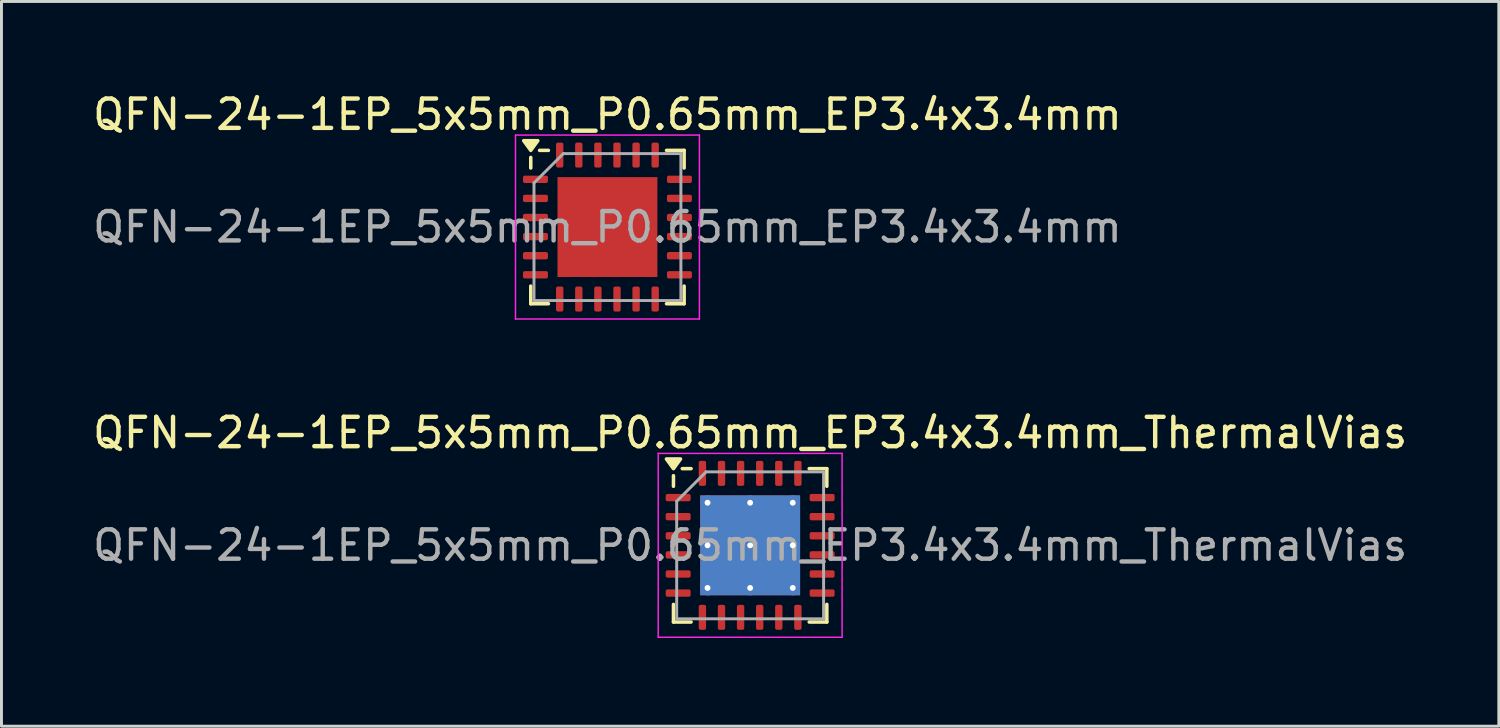
<source format=kicad_pcb>
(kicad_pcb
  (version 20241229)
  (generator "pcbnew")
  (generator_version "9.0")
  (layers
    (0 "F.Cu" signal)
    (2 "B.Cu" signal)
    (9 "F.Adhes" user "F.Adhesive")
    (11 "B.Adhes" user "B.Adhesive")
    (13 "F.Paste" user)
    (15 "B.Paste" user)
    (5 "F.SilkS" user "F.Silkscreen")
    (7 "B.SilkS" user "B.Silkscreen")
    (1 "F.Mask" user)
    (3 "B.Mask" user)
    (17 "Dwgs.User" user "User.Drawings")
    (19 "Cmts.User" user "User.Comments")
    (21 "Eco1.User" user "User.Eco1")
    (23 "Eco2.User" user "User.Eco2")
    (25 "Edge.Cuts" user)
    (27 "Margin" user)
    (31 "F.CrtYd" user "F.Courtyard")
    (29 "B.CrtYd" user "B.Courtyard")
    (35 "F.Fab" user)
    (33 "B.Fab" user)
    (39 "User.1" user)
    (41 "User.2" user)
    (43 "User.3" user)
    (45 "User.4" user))
  (footprint "QFN-24-1EP_5x5mm_P0.65mm_EP3.4x3.4mm"
    (layer "F.Cu")
    (at 17.625 4.678)
    (property "Reference" "QFN-24-1EP_5x5mm_P0.65mm_EP3.4x3.4mm" (at 0 -3.83 0) (layer "F.SilkS") (effects (font (size 1 1) (thickness 0.15))))
    (attr smd)
    (fp_line (start -2.61 -2.01) (end -2.61 -2.37) (stroke (width 0.12) (type solid)) (layer "F.SilkS"))
    (fp_line (start -2.61 2.61) (end -2.61 2.01) (stroke (width 0.12) (type solid)) (layer "F.SilkS"))
    (fp_line (start -2.01 -2.61) (end -2.31 -2.61) (stroke (width 0.12) (type solid)) (layer "F.SilkS"))
    (fp_line (start -2.01 2.61) (end -2.61 2.61) (stroke (width 0.12) (type solid)) (layer "F.SilkS"))
    (fp_line (start 2.01 -2.61) (end 2.61 -2.61) (stroke (width 0.12) (type solid)) (layer "F.SilkS"))
    (fp_line (start 2.01 2.61) (end 2.61 2.61) (stroke (width 0.12) (type solid)) (layer "F.SilkS"))
    (fp_line (start 2.61 -2.61) (end 2.61 -2.01) (stroke (width 0.12) (type solid)) (layer "F.SilkS"))
    (fp_line (start 2.61 2.61) (end 2.61 2.01) (stroke (width 0.12) (type solid)) (layer "F.SilkS"))
    (fp_poly (pts (xy -2.61 -2.61) (xy -2.85 -2.94) (xy -2.37 -2.94) (xy -2.61 -2.61)) (stroke (width 0.12) (type solid)) (fill yes) (layer "F.SilkS"))
    (fp_line (start -3.13 -3.13) (end -3.13 3.13) (stroke (width 0.05) (type solid)) (layer "F.CrtYd"))
    (fp_line (start -3.13 3.13) (end 3.13 3.13) (stroke (width 0.05) (type solid)) (layer "F.CrtYd"))
    (fp_line (start 3.13 -3.13) (end -3.13 -3.13) (stroke (width 0.05) (type solid)) (layer "F.CrtYd"))
    (fp_line (start 3.13 3.13) (end 3.13 -3.13) (stroke (width 0.05) (type solid)) (layer "F.CrtYd"))
    (fp_line (start -2.5 -1.5) (end -1.5 -2.5) (stroke (width 0.1) (type solid)) (layer "F.Fab"))
    (fp_line (start -2.5 2.5) (end -2.5 -1.5) (stroke (width 0.1) (type solid)) (layer "F.Fab"))
    (fp_line (start -1.5 -2.5) (end 2.5 -2.5) (stroke (width 0.1) (type solid)) (layer "F.Fab"))
    (fp_line (start 2.5 -2.5) (end 2.5 2.5) (stroke (width 0.1) (type solid)) (layer "F.Fab"))
    (fp_line (start 2.5 2.5) (end -2.5 2.5) (stroke (width 0.1) (type solid)) (layer "F.Fab"))
    (fp_text user "${REFERENCE}" (at 0 0 0) (layer "F.Fab") (effects (font (size 1 1) (thickness 0.15))))
    (pad "" smd roundrect (at -0.85 -0.85) (size 1.37 1.37) (layers "F.Paste") (roundrect_rratio 0.182))
    (pad "" smd roundrect (at -0.85 0.85) (size 1.37 1.37) (layers "F.Paste") (roundrect_rratio 0.182))
    (pad "" smd roundrect (at 0.85 -0.85) (size 1.37 1.37) (layers "F.Paste") (roundrect_rratio 0.182))
    (pad "" smd roundrect (at 0.85 0.85) (size 1.37 1.37) (layers "F.Paste") (roundrect_rratio 0.182))
    (pad "1" smd roundrect (at -2.45 -1.625) (size 0.85 0.25) (layers "F.Cu" "F.Mask" "F.Paste") (roundrect_rratio 0.25))
    (pad "2" smd roundrect (at -2.45 -0.975) (size 0.85 0.25) (layers "F.Cu" "F.Mask" "F.Paste") (roundrect_rratio 0.25))
    (pad "3" smd roundrect (at -2.45 -0.325) (size 0.85 0.25) (layers "F.Cu" "F.Mask" "F.Paste") (roundrect_rratio 0.25))
    (pad "4" smd roundrect (at -2.45 0.325) (size 0.85 0.25) (layers "F.Cu" "F.Mask" "F.Paste") (roundrect_rratio 0.25))
    (pad "5" smd roundrect (at -2.45 0.975) (size 0.85 0.25) (layers "F.Cu" "F.Mask" "F.Paste") (roundrect_rratio 0.25))
    (pad "6" smd roundrect (at -2.45 1.625) (size 0.85 0.25) (layers "F.Cu" "F.Mask" "F.Paste") (roundrect_rratio 0.25))
    (pad "7" smd roundrect (at -1.625 2.45) (size 0.25 0.85) (layers "F.Cu" "F.Mask" "F.Paste") (roundrect_rratio 0.25))
    (pad "8" smd roundrect (at -0.975 2.45) (size 0.25 0.85) (layers "F.Cu" "F.Mask" "F.Paste") (roundrect_rratio 0.25))
    (pad "9" smd roundrect (at -0.325 2.45) (size 0.25 0.85) (layers "F.Cu" "F.Mask" "F.Paste") (roundrect_rratio 0.25))
    (pad "10" smd roundrect (at 0.325 2.45) (size 0.25 0.85) (layers "F.Cu" "F.Mask" "F.Paste") (roundrect_rratio 0.25))
    (pad "11" smd roundrect (at 0.975 2.45) (size 0.25 0.85) (layers "F.Cu" "F.Mask" "F.Paste") (roundrect_rratio 0.25))
    (pad "12" smd roundrect (at 1.625 2.45) (size 0.25 0.85) (layers "F.Cu" "F.Mask" "F.Paste") (roundrect_rratio 0.25))
    (pad "13" smd roundrect (at 2.45 1.625) (size 0.85 0.25) (layers "F.Cu" "F.Mask" "F.Paste") (roundrect_rratio 0.25))
    (pad "14" smd roundrect (at 2.45 0.975) (size 0.85 0.25) (layers "F.Cu" "F.Mask" "F.Paste") (roundrect_rratio 0.25))
    (pad "15" smd roundrect (at 2.45 0.325) (size 0.85 0.25) (layers "F.Cu" "F.Mask" "F.Paste") (roundrect_rratio 0.25))
    (pad "16" smd roundrect (at 2.45 -0.325) (size 0.85 0.25) (layers "F.Cu" "F.Mask" "F.Paste") (roundrect_rratio 0.25))
    (pad "17" smd roundrect (at 2.45 -0.975) (size 0.85 0.25) (layers "F.Cu" "F.Mask" "F.Paste") (roundrect_rratio 0.25))
    (pad "18" smd roundrect (at 2.45 -1.625) (size 0.85 0.25) (layers "F.Cu" "F.Mask" "F.Paste") (roundrect_rratio 0.25))
    (pad "19" smd roundrect (at 1.625 -2.45) (size 0.25 0.85) (layers "F.Cu" "F.Mask" "F.Paste") (roundrect_rratio 0.25))
    (pad "20" smd roundrect (at 0.975 -2.45) (size 0.25 0.85) (layers "F.Cu" "F.Mask" "F.Paste") (roundrect_rratio 0.25))
    (pad "21" smd roundrect (at 0.325 -2.45) (size 0.25 0.85) (layers "F.Cu" "F.Mask" "F.Paste") (roundrect_rratio 0.25))
    (pad "22" smd roundrect (at -0.325 -2.45) (size 0.25 0.85) (layers "F.Cu" "F.Mask" "F.Paste") (roundrect_rratio 0.25))
    (pad "23" smd roundrect (at -0.975 -2.45) (size 0.25 0.85) (layers "F.Cu" "F.Mask" "F.Paste") (roundrect_rratio 0.25))
    (pad "24" smd roundrect (at -1.625 -2.45) (size 0.25 0.85) (layers "F.Cu" "F.Mask" "F.Paste") (roundrect_rratio 0.25))
    (pad "25" smd rect (at 0 0) (size 3.4 3.4) (property pad_prop_heatsink) (layers "F.Cu" "F.Mask")))
  (footprint "QFN-24-1EP_5x5mm_P0.65mm_EP3.4x3.4mm_ThermalVias"
    (layer "F.Cu")
    (at 22.482 15.511)
    (property "Reference" "QFN-24-1EP_5x5mm_P0.65mm_EP3.4x3.4mm_ThermalVias" (at 0 -3.83 0) (layer "F.SilkS") (effects (font (size 1 1) (thickness 0.15))))
    (attr smd)
    (fp_line (start -2.61 -2.01) (end -2.61 -2.37) (stroke (width 0.12) (type solid)) (layer "F.SilkS"))
    (fp_line (start -2.61 2.61) (end -2.61 2.01) (stroke (width 0.12) (type solid)) (layer "F.SilkS"))
    (fp_line (start -2.01 -2.61) (end -2.31 -2.61) (stroke (width 0.12) (type solid)) (layer "F.SilkS"))
    (fp_line (start -2.01 2.61) (end -2.61 2.61) (stroke (width 0.12) (type solid)) (layer "F.SilkS"))
    (fp_line (start 2.01 -2.61) (end 2.61 -2.61) (stroke (width 0.12) (type solid)) (layer "F.SilkS"))
    (fp_line (start 2.01 2.61) (end 2.61 2.61) (stroke (width 0.12) (type solid)) (layer "F.SilkS"))
    (fp_line (start 2.61 -2.61) (end 2.61 -2.01) (stroke (width 0.12) (type solid)) (layer "F.SilkS"))
    (fp_line (start 2.61 2.61) (end 2.61 2.01) (stroke (width 0.12) (type solid)) (layer "F.SilkS"))
    (fp_poly (pts (xy -2.61 -2.61) (xy -2.85 -2.94) (xy -2.37 -2.94) (xy -2.61 -2.61)) (stroke (width 0.12) (type solid)) (fill yes) (layer "F.SilkS"))
    (fp_line (start -3.13 -3.13) (end -3.13 3.13) (stroke (width 0.05) (type solid)) (layer "F.CrtYd"))
    (fp_line (start -3.13 3.13) (end 3.13 3.13) (stroke (width 0.05) (type solid)) (layer "F.CrtYd"))
    (fp_line (start 3.13 -3.13) (end -3.13 -3.13) (stroke (width 0.05) (type solid)) (layer "F.CrtYd"))
    (fp_line (start 3.13 3.13) (end 3.13 -3.13) (stroke (width 0.05) (type solid)) (layer "F.CrtYd"))
    (fp_line (start -2.5 -1.5) (end -1.5 -2.5) (stroke (width 0.1) (type solid)) (layer "F.Fab"))
    (fp_line (start -2.5 2.5) (end -2.5 -1.5) (stroke (width 0.1) (type solid)) (layer "F.Fab"))
    (fp_line (start -1.5 -2.5) (end 2.5 -2.5) (stroke (width 0.1) (type solid)) (layer "F.Fab"))
    (fp_line (start 2.5 -2.5) (end 2.5 2.5) (stroke (width 0.1) (type solid)) (layer "F.Fab"))
    (fp_line (start 2.5 2.5) (end -2.5 2.5) (stroke (width 0.1) (type solid)) (layer "F.Fab"))
    (fp_text user "${REFERENCE}" (at 0 0 0) (layer "F.Fab") (effects (font (size 1 1) (thickness 0.15))))
    (pad "" smd roundrect (at -0.85 -0.85) (size 1.47 1.47) (layers "F.Paste") (roundrect_rratio 0.17))
    (pad "" smd roundrect (at -0.85 0.85) (size 1.47 1.47) (layers "F.Paste") (roundrect_rratio 0.17))
    (pad "" smd roundrect (at 0.85 -0.85) (size 1.47 1.47) (layers "F.Paste") (roundrect_rratio 0.17))
    (pad "" smd roundrect (at 0.85 0.85) (size 1.47 1.47) (layers "F.Paste") (roundrect_rratio 0.17))
    (pad "1" smd roundrect (at -2.45 -1.625) (size 0.85 0.25) (layers "F.Cu" "F.Mask" "F.Paste") (roundrect_rratio 0.25))
    (pad "2" smd roundrect (at -2.45 -0.975) (size 0.85 0.25) (layers "F.Cu" "F.Mask" "F.Paste") (roundrect_rratio 0.25))
    (pad "3" smd roundrect (at -2.45 -0.325) (size 0.85 0.25) (layers "F.Cu" "F.Mask" "F.Paste") (roundrect_rratio 0.25))
    (pad "4" smd roundrect (at -2.45 0.325) (size 0.85 0.25) (layers "F.Cu" "F.Mask" "F.Paste") (roundrect_rratio 0.25))
    (pad "5" smd roundrect (at -2.45 0.975) (size 0.85 0.25) (layers "F.Cu" "F.Mask" "F.Paste") (roundrect_rratio 0.25))
    (pad "6" smd roundrect (at -2.45 1.625) (size 0.85 0.25) (layers "F.Cu" "F.Mask" "F.Paste") (roundrect_rratio 0.25))
    (pad "7" smd roundrect (at -1.625 2.45) (size 0.25 0.85) (layers "F.Cu" "F.Mask" "F.Paste") (roundrect_rratio 0.25))
    (pad "8" smd roundrect (at -0.975 2.45) (size 0.25 0.85) (layers "F.Cu" "F.Mask" "F.Paste") (roundrect_rratio 0.25))
    (pad "9" smd roundrect (at -0.325 2.45) (size 0.25 0.85) (layers "F.Cu" "F.Mask" "F.Paste") (roundrect_rratio 0.25))
    (pad "10" smd roundrect (at 0.325 2.45) (size 0.25 0.85) (layers "F.Cu" "F.Mask" "F.Paste") (roundrect_rratio 0.25))
    (pad "11" smd roundrect (at 0.975 2.45) (size 0.25 0.85) (layers "F.Cu" "F.Mask" "F.Paste") (roundrect_rratio 0.25))
    (pad "12" smd roundrect (at 1.625 2.45) (size 0.25 0.85) (layers "F.Cu" "F.Mask" "F.Paste") (roundrect_rratio 0.25))
    (pad "13" smd roundrect (at 2.45 1.625) (size 0.85 0.25) (layers "F.Cu" "F.Mask" "F.Paste") (roundrect_rratio 0.25))
    (pad "14" smd roundrect (at 2.45 0.975) (size 0.85 0.25) (layers "F.Cu" "F.Mask" "F.Paste") (roundrect_rratio 0.25))
    (pad "15" smd roundrect (at 2.45 0.325) (size 0.85 0.25) (layers "F.Cu" "F.Mask" "F.Paste") (roundrect_rratio 0.25))
    (pad "16" smd roundrect (at 2.45 -0.325) (size 0.85 0.25) (layers "F.Cu" "F.Mask" "F.Paste") (roundrect_rratio 0.25))
    (pad "17" smd roundrect (at 2.45 -0.975) (size 0.85 0.25) (layers "F.Cu" "F.Mask" "F.Paste") (roundrect_rratio 0.25))
    (pad "18" smd roundrect (at 2.45 -1.625) (size 0.85 0.25) (layers "F.Cu" "F.Mask" "F.Paste") (roundrect_rratio 0.25))
    (pad "19" smd roundrect (at 1.625 -2.45) (size 0.25 0.85) (layers "F.Cu" "F.Mask" "F.Paste") (roundrect_rratio 0.25))
    (pad "20" smd roundrect (at 0.975 -2.45) (size 0.25 0.85) (layers "F.Cu" "F.Mask" "F.Paste") (roundrect_rratio 0.25))
    (pad "21" smd roundrect (at 0.325 -2.45) (size 0.25 0.85) (layers "F.Cu" "F.Mask" "F.Paste") (roundrect_rratio 0.25))
    (pad "22" smd roundrect (at -0.325 -2.45) (size 0.25 0.85) (layers "F.Cu" "F.Mask" "F.Paste") (roundrect_rratio 0.25))
    (pad "23" smd roundrect (at -0.975 -2.45) (size 0.25 0.85) (layers "F.Cu" "F.Mask" "F.Paste") (roundrect_rratio 0.25))
    (pad "24" smd roundrect (at -1.625 -2.45) (size 0.25 0.85) (layers "F.Cu" "F.Mask" "F.Paste") (roundrect_rratio 0.25))
    (pad "25" thru_hole circle (at -1.45 -1.45) (size 0.5 0.5) (drill 0.2) (property pad_prop_heatsink) (layers "*.Cu"))
    (pad "25" thru_hole circle (at -1.45 0) (size 0.5 0.5) (drill 0.2) (property pad_prop_heatsink) (layers "*.Cu"))
    (pad "25" thru_hole circle (at -1.45 1.45) (size 0.5 0.5) (drill 0.2) (property pad_prop_heatsink) (layers "*.Cu"))
    (pad "25" thru_hole circle (at 0 -1.45) (size 0.5 0.5) (drill 0.2) (property pad_prop_heatsink) (layers "*.Cu"))
    (pad "25" thru_hole circle (at 0 0) (size 0.5 0.5) (drill 0.2) (property pad_prop_heatsink) (layers "*.Cu"))
    (pad "25" smd rect (at 0 0) (size 3.4 3.4) (property pad_prop_heatsink) (layers "F.Cu" "F.Mask"))
    (pad "25" smd rect (at 0 0) (size 3.4 3.4) (property pad_prop_heatsink) (layers "B.Cu"))
    (pad "25" thru_hole circle (at 0 1.45) (size 0.5 0.5) (drill 0.2) (property pad_prop_heatsink) (layers "*.Cu"))
    (pad "25" thru_hole circle (at 1.45 -1.45) (size 0.5 0.5) (drill 0.2) (property pad_prop_heatsink) (layers "*.Cu"))
    (pad "25" thru_hole circle (at 1.45 0) (size 0.5 0.5) (drill 0.2) (property pad_prop_heatsink) (layers "*.Cu"))
    (pad "25" thru_hole circle (at 1.45 1.45) (size 0.5 0.5) (drill 0.2) (property pad_prop_heatsink) (layers "*.Cu")))
  (gr_rect
    (start -3 -3)
    (end 47.964 21.666)
    (stroke (width 0.1) (type default))
    (fill no)
    (layer "Edge.Cuts")))
</source>
